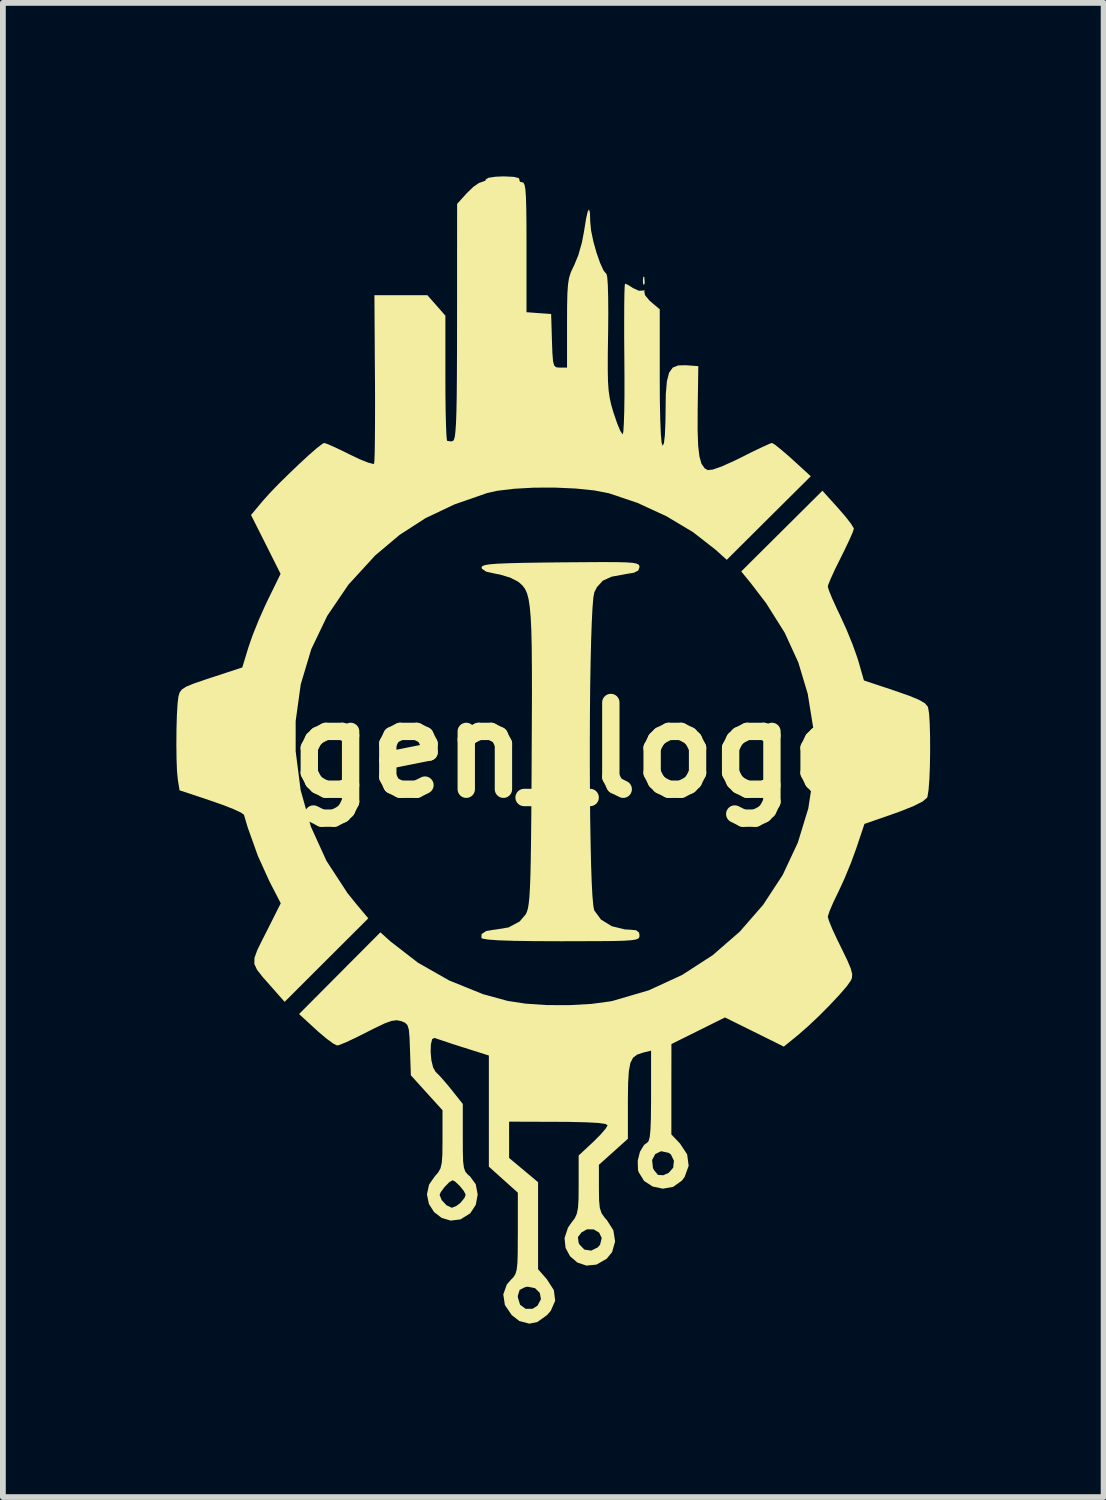
<source format=kicad_pcb>
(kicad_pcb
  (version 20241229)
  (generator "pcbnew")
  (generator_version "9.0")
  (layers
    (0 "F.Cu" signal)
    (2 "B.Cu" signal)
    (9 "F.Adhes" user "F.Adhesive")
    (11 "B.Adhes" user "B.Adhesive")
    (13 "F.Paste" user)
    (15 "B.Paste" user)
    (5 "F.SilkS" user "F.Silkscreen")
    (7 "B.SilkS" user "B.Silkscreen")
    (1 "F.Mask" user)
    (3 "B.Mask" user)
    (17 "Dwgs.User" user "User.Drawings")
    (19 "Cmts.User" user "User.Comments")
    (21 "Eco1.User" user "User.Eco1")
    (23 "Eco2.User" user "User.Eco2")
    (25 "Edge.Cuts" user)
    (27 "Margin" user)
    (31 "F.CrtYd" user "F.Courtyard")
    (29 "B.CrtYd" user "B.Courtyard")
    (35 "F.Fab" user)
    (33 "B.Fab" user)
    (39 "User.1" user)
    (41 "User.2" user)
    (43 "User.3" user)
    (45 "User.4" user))
  (footprint "igen_logo"
    (layer "F.Cu")
    (at 6.656 9.92)
    (property "Reference" "igen_logo" (at 0 0 0) (layer "F.SilkS") (effects (font (size 1.5 1.5) (thickness 0.3))))
    (attr board_only exclude_from_pos_files exclude_from_bom)
    (fp_poly (pts (xy 1.436 -8.179) (xy 1.443 -8.076) (xy 1.436 -8.053) (xy 1.418 -8.047) (xy 1.411 -8.116) (xy 1.419 -8.187)) (stroke (width 0) (type solid)) (fill yes) (layer "F.SilkS"))
    (fp_poly (pts (xy 0.947 -3.249) (xy 1.117 -3.245) (xy 1.232 -3.237) (xy 1.302 -3.224) (xy 1.338 -3.206) (xy 1.351 -3.183) (xy 1.353 -3.164) (xy 1.332 -3.104) (xy 1.257 -3.066) (xy 1.104 -3.041) (xy 1.104 -3.04) (xy 0.873 -2.998) (xy 0.719 -2.929) (xy 0.617 -2.817) (xy 0.572 -2.728) (xy 0.555 -2.636) (xy 0.54 -2.456) (xy 0.527 -2.199) (xy 0.516 -1.878) (xy 0.507 -1.504) (xy 0.5 -1.089) (xy 0.496 -0.645) (xy 0.494 -0.184) (xy 0.494 0.282) (xy 0.496 0.742) (xy 0.5 1.183) (xy 0.507 1.594) (xy 0.515 1.962) (xy 0.526 2.277) (xy 0.539 2.526) (xy 0.555 2.697) (xy 0.57 2.773) (xy 0.687 2.932) (xy 0.873 3.047) (xy 1.102 3.103) (xy 1.172 3.106) (xy 1.295 3.117) (xy 1.346 3.158) (xy 1.353 3.206) (xy 1.35 3.236) (xy 1.333 3.259) (xy 1.291 3.277) (xy 1.213 3.289) (xy 1.088 3.298) (xy 0.905 3.303) (xy 0.652 3.305) (xy 0.319 3.306) (xy 0.003 3.307) (xy -0.455 3.305) (xy -0.816 3.3) (xy -1.085 3.291) (xy -1.266 3.278) (xy -1.363 3.261) (xy -1.381 3.251) (xy -1.378 3.183) (xy -1.298 3.131) (xy -1.161 3.107) (xy -1.147 3.107) (xy -0.911 3.068) (xy -0.719 2.965) (xy -0.612 2.838) (xy -0.593 2.795) (xy -0.576 2.737) (xy -0.563 2.657) (xy -0.551 2.544) (xy -0.542 2.392) (xy -0.534 2.191) (xy -0.528 1.933) (xy -0.523 1.609) (xy -0.519 1.211) (xy -0.515 0.731) (xy -0.512 0.159) (xy -0.512 0.122) (xy -0.509 -0.484) (xy -0.507 -0.999) (xy -0.508 -1.429) (xy -0.511 -1.784) (xy -0.518 -2.072) (xy -0.529 -2.3) (xy -0.545 -2.478) (xy -0.566 -2.613) (xy -0.593 -2.713) (xy -0.627 -2.787) (xy -0.669 -2.843) (xy -0.718 -2.888) (xy -0.755 -2.916) (xy -0.883 -2.981) (xy -1.056 -3.033) (xy -1.13 -3.047) (xy -1.298 -3.084) (xy -1.372 -3.135) (xy -1.378 -3.157) (xy -1.366 -3.179) (xy -1.323 -3.197) (xy -1.24 -3.211) (xy -1.104 -3.222) (xy -0.907 -3.23) (xy -0.637 -3.237) (xy -0.284 -3.242) (xy -0.013 -3.245) (xy 0.393 -3.248) (xy 0.709 -3.25)) (stroke (width 0) (type solid)) (fill yes) (layer "F.SilkS"))
    (fp_poly (pts (xy -0.826 -9.912) (xy -0.736 -9.891) (xy -0.726 -9.869) (xy -0.715 -9.827) (xy -0.679 -9.819) (xy -0.654 -9.809) (xy -0.634 -9.771) (xy -0.62 -9.692) (xy -0.611 -9.562) (xy -0.605 -9.368) (xy -0.602 -9.099) (xy -0.601 -8.742) (xy -0.601 -8.695) (xy -0.601 -7.571) (xy -0.388 -7.555) (xy -0.175 -7.54) (xy -0.161 -7.076) (xy -0.153 -6.859) (xy -0.142 -6.724) (xy -0.123 -6.65) (xy -0.089 -6.619) (xy -0.035 -6.613) (xy -0.023 -6.613) (xy 0.1 -6.613) (xy 0.1 -7.382) (xy 0.101 -7.68) (xy 0.106 -7.897) (xy 0.117 -8.054) (xy 0.136 -8.169) (xy 0.166 -8.263) (xy 0.209 -8.355) (xy 0.222 -8.381) (xy 0.294 -8.554) (xy 0.357 -8.775) (xy 0.394 -8.97) (xy 0.429 -9.187) (xy 0.458 -9.314) (xy 0.481 -9.348) (xy 0.496 -9.288) (xy 0.501 -9.132) (xy 0.516 -8.982) (xy 0.555 -8.795) (xy 0.609 -8.601) (xy 0.671 -8.424) (xy 0.731 -8.292) (xy 0.782 -8.231) (xy 0.783 -8.231) (xy 0.795 -8.179) (xy 0.805 -8.042) (xy 0.811 -7.835) (xy 0.813 -7.573) (xy 0.811 -7.272) (xy 0.81 -7.202) (xy 0.805 -6.851) (xy 0.804 -6.582) (xy 0.808 -6.377) (xy 0.819 -6.218) (xy 0.838 -6.087) (xy 0.865 -5.965) (xy 0.903 -5.835) (xy 0.907 -5.824) (xy 0.966 -5.651) (xy 1.019 -5.522) (xy 1.058 -5.462) (xy 1.063 -5.461) (xy 1.074 -5.509) (xy 1.082 -5.644) (xy 1.089 -5.852) (xy 1.093 -6.122) (xy 1.093 -6.439) (xy 1.091 -6.763) (xy 1.088 -7.113) (xy 1.088 -7.427) (xy 1.089 -7.692) (xy 1.092 -7.896) (xy 1.097 -8.025) (xy 1.104 -8.066) (xy 1.16 -8.04) (xy 1.241 -7.988) (xy 1.343 -7.942) (xy 1.411 -7.945) (xy 1.445 -7.951) (xy 1.435 -7.928) (xy 1.449 -7.865) (xy 1.523 -7.775) (xy 1.553 -7.748) (xy 1.703 -7.621) (xy 1.703 -6.441) (xy 1.705 -6.033) (xy 1.712 -5.706) (xy 1.722 -5.466) (xy 1.735 -5.315) (xy 1.752 -5.261) (xy 1.753 -5.26) (xy 1.776 -5.308) (xy 1.792 -5.445) (xy 1.801 -5.658) (xy 1.804 -5.85) (xy 1.808 -6.158) (xy 1.827 -6.379) (xy 1.865 -6.526) (xy 1.928 -6.613) (xy 2.023 -6.651) (xy 2.155 -6.654) (xy 2.167 -6.653) (xy 2.37 -6.638) (xy 2.359 -5.885) (xy 2.358 -5.533) (xy 2.367 -5.267) (xy 2.389 -5.077) (xy 2.425 -4.95) (xy 2.478 -4.873) (xy 2.532 -4.841) (xy 2.618 -4.849) (xy 2.776 -4.904) (xy 2.996 -5.003) (xy 3.11 -5.059) (xy 3.313 -5.161) (xy 3.483 -5.242) (xy 3.601 -5.295) (xy 3.644 -5.31) (xy 3.697 -5.279) (xy 3.803 -5.194) (xy 3.944 -5.073) (xy 4 -5.022) (xy 4.315 -4.734) (xy 3.588 -4.012) (xy 2.862 -3.289) (xy 2.669 -3.463) (xy 2.278 -3.768) (xy 1.818 -4.043) (xy 1.319 -4.273) (xy 0.827 -4.439) (xy 0.57 -4.489) (xy 0.249 -4.522) (xy -0.107 -4.538) (xy -0.471 -4.537) (xy -0.813 -4.518) (xy -1.107 -4.483) (xy -1.278 -4.445) (xy -1.85 -4.246) (xy -2.349 -4.009) (xy -2.796 -3.72) (xy -3.214 -3.368) (xy -3.225 -3.357) (xy -3.681 -2.859) (xy -4.047 -2.32) (xy -4.323 -1.744) (xy -4.505 -1.136) (xy -4.593 -0.502) (xy -4.593 0.023) (xy -4.507 0.695) (xy -4.33 1.325) (xy -4.061 1.916) (xy -3.699 2.472) (xy -3.54 2.669) (xy -3.337 2.911) (xy -4.061 3.633) (xy -4.784 4.355) (xy -5.01 4.099) (xy -5.163 3.926) (xy -5.261 3.801) (xy -5.308 3.699) (xy -5.305 3.593) (xy -5.256 3.458) (xy -5.163 3.269) (xy -5.106 3.158) (xy -4.851 2.651) (xy -5.05 2.265) (xy -5.246 1.832) (xy -5.422 1.34) (xy -5.487 1.12) (xy -5.539 1.082) (xy -5.666 1.023) (xy -5.85 0.951) (xy -6.052 0.88) (xy -6.601 0.697) (xy -6.631 0.511) (xy -6.645 0.367) (xy -6.653 0.155) (xy -6.656 -0.096) (xy -6.654 -0.359) (xy -6.647 -0.605) (xy -6.635 -0.805) (xy -6.62 -0.927) (xy -6.6 -0.994) (xy -6.561 -1.047) (xy -6.485 -1.096) (xy -6.356 -1.149) (xy -6.155 -1.218) (xy -6.052 -1.252) (xy -5.516 -1.428) (xy -5.409 -1.779) (xy -5.337 -1.986) (xy -5.236 -2.238) (xy -5.123 -2.493) (xy -5.078 -2.588) (xy -4.854 -3.046) (xy -5.109 -3.555) (xy -5.365 -4.064) (xy -5.158 -4.312) (xy -5.041 -4.442) (xy -4.889 -4.6) (xy -4.715 -4.771) (xy -4.538 -4.941) (xy -4.371 -5.095) (xy -4.231 -5.217) (xy -4.133 -5.293) (xy -4.099 -5.31) (xy -4.037 -5.289) (xy -3.91 -5.233) (xy -3.739 -5.151) (xy -3.659 -5.111) (xy -3.48 -5.026) (xy -3.337 -4.969) (xy -3.251 -4.947) (xy -3.237 -4.951) (xy -3.231 -5.009) (xy -3.226 -5.155) (xy -3.223 -5.375) (xy -3.221 -5.656) (xy -3.22 -5.985) (xy -3.221 -6.35) (xy -3.222 -6.428) (xy -3.231 -7.865) (xy -2.773 -7.865) (xy -2.315 -7.865) (xy -2.159 -7.688) (xy -2.004 -7.511) (xy -2.004 -6.444) (xy -2.003 -6.127) (xy -1.999 -5.845) (xy -1.993 -5.612) (xy -1.986 -5.444) (xy -1.977 -5.356) (xy -1.974 -5.347) (xy -1.907 -5.336) (xy -1.874 -5.344) (xy -1.856 -5.365) (xy -1.841 -5.418) (xy -1.83 -5.511) (xy -1.82 -5.653) (xy -1.813 -5.852) (xy -1.808 -6.118) (xy -1.805 -6.458) (xy -1.803 -6.881) (xy -1.802 -7.395) (xy -1.802 -7.407) (xy -1.801 -9.444) (xy -1.632 -9.631) (xy -1.519 -9.74) (xy -1.42 -9.808) (xy -1.383 -9.819) (xy -1.313 -9.845) (xy -1.303 -9.869) (xy -1.257 -9.896) (xy -1.137 -9.914) (xy -0.999 -9.92)) (stroke (width 0) (type solid)) (fill yes) (layer "F.SilkS"))
    (fp_poly (pts (xy 4.788 -4.183) (xy 4.915 -4.036) (xy 5.01 -3.914) (xy 5.057 -3.837) (xy 5.06 -3.827) (xy 5.038 -3.76) (xy 4.98 -3.628) (xy 4.895 -3.45) (xy 4.835 -3.329) (xy 4.738 -3.134) (xy 4.663 -2.97) (xy 4.617 -2.858) (xy 4.609 -2.825) (xy 4.63 -2.755) (xy 4.686 -2.619) (xy 4.768 -2.438) (xy 4.826 -2.317) (xy 4.935 -2.078) (xy 5.038 -1.825) (xy 5.118 -1.602) (xy 5.138 -1.538) (xy 5.234 -1.203) (xy 5.771 -1.024) (xy 6.019 -0.937) (xy 6.186 -0.868) (xy 6.287 -0.809) (xy 6.336 -0.753) (xy 6.343 -0.736) (xy 6.361 -0.63) (xy 6.372 -0.452) (xy 6.378 -0.227) (xy 6.379 0.022) (xy 6.375 0.273) (xy 6.366 0.503) (xy 6.352 0.687) (xy 6.334 0.803) (xy 6.326 0.825) (xy 6.249 0.89) (xy 6.085 0.973) (xy 5.845 1.068) (xy 5.758 1.099) (xy 5.243 1.278) (xy 5.102 1.699) (xy 5.011 1.949) (xy 4.901 2.216) (xy 4.796 2.446) (xy 4.785 2.467) (xy 4.701 2.642) (xy 4.639 2.788) (xy 4.61 2.878) (xy 4.609 2.886) (xy 4.631 2.959) (xy 4.688 3.098) (xy 4.773 3.281) (xy 4.839 3.415) (xy 4.943 3.629) (xy 5.005 3.774) (xy 5.031 3.872) (xy 5.027 3.942) (xy 5.009 3.985) (xy 4.935 4.089) (xy 4.805 4.239) (xy 4.637 4.418) (xy 4.451 4.605) (xy 4.264 4.781) (xy 4.096 4.928) (xy 4.091 4.932) (xy 3.849 5.129) (xy 3.34 4.877) (xy 2.831 4.625) (xy 2.368 4.855) (xy 1.905 5.085) (xy 1.904 5.867) (xy 1.904 6.648) (xy 2.054 6.806) (xy 2.177 6.993) (xy 2.203 7.19) (xy 2.134 7.382) (xy 2.086 7.447) (xy 1.936 7.554) (xy 1.758 7.586) (xy 1.581 7.549) (xy 1.431 7.451) (xy 1.337 7.297) (xy 1.327 7.263) (xy 1.322 7.105) (xy 1.325 7.091) (xy 1.571 7.091) (xy 1.585 7.226) (xy 1.602 7.262) (xy 1.672 7.348) (xy 1.763 7.354) (xy 1.857 7.313) (xy 1.936 7.223) (xy 1.948 7.102) (xy 1.896 6.994) (xy 1.857 6.966) (xy 1.727 6.938) (xy 1.625 6.987) (xy 1.571 7.091) (xy 1.325 7.091) (xy 1.361 6.947) (xy 1.432 6.829) (xy 1.482 6.794) (xy 1.51 6.764) (xy 1.53 6.691) (xy 1.543 6.562) (xy 1.55 6.363) (xy 1.553 6.081) (xy 1.553 5.983) (xy 1.553 5.199) (xy 1.415 5.233) (xy 1.315 5.266) (xy 1.243 5.319) (xy 1.196 5.409) (xy 1.169 5.551) (xy 1.156 5.76) (xy 1.152 6.053) (xy 1.152 6.076) (xy 1.152 6.723) (xy 0.902 6.948) (xy 0.651 7.173) (xy 0.651 7.579) (xy 0.654 7.786) (xy 0.667 7.921) (xy 0.698 8.013) (xy 0.753 8.09) (xy 0.788 8.128) (xy 0.901 8.306) (xy 0.931 8.5) (xy 0.879 8.683) (xy 0.785 8.798) (xy 0.609 8.899) (xy 0.435 8.916) (xy 0.278 8.863) (xy 0.153 8.756) (xy 0.074 8.61) (xy 0.057 8.44) (xy 0.062 8.423) (xy 0.288 8.423) (xy 0.299 8.517) (xy 0.313 8.549) (xy 0.399 8.639) (xy 0.518 8.657) (xy 0.632 8.601) (xy 0.671 8.554) (xy 0.7 8.44) (xy 0.655 8.346) (xy 0.561 8.29) (xy 0.445 8.289) (xy 0.35 8.342) (xy 0.288 8.423) (xy 0.062 8.423) (xy 0.116 8.26) (xy 0.175 8.175) (xy 0.233 8.099) (xy 0.269 8.02) (xy 0.29 7.913) (xy 0.299 7.754) (xy 0.301 7.519) (xy 0.301 7.012) (xy 0.551 6.779) (xy 0.677 6.653) (xy 0.767 6.549) (xy 0.802 6.489) (xy 0.802 6.489) (xy 0.762 6.466) (xy 0.639 6.449) (xy 0.429 6.438) (xy 0.126 6.431) (xy -0.05 6.43) (xy -0.902 6.427) (xy -0.902 6.741) (xy -0.902 7.055) (xy -0.651 7.264) (xy -0.401 7.474) (xy -0.401 8.227) (xy -0.401 8.979) (xy -0.25 9.151) (xy -0.128 9.341) (xy -0.105 9.523) (xy -0.181 9.697) (xy -0.247 9.773) (xy -0.414 9.892) (xy -0.551 9.92) (xy -0.724 9.875) (xy -0.856 9.773) (xy -0.975 9.598) (xy -0.995 9.465) (xy -0.751 9.465) (xy -0.712 9.593) (xy -0.616 9.664) (xy -0.496 9.663) (xy -0.411 9.609) (xy -0.351 9.496) (xy -0.372 9.387) (xy -0.454 9.306) (xy -0.581 9.281) (xy -0.626 9.289) (xy -0.72 9.337) (xy -0.751 9.439) (xy -0.751 9.465) (xy -0.995 9.465) (xy -1.003 9.415) (xy -0.941 9.242) (xy -0.877 9.168) (xy -0.827 9.117) (xy -0.793 9.063) (xy -0.771 8.986) (xy -0.758 8.868) (xy -0.753 8.692) (xy -0.752 8.439) (xy -0.751 8.353) (xy -0.751 7.655) (xy -1.002 7.43) (xy -1.252 7.205) (xy -1.252 6.244) (xy -1.252 5.283) (xy -1.691 5.144) (xy -1.892 5.08) (xy -2.059 5.024) (xy -2.168 4.987) (xy -2.192 4.978) (xy -2.233 5) (xy -2.255 5.092) (xy -2.259 5.223) (xy -2.246 5.366) (xy -2.216 5.49) (xy -2.172 5.567) (xy -2.171 5.567) (xy -2.095 5.643) (xy -1.986 5.768) (xy -1.895 5.879) (xy -1.703 6.121) (xy -1.703 6.698) (xy -1.702 6.947) (xy -1.697 7.116) (xy -1.683 7.225) (xy -1.657 7.294) (xy -1.615 7.343) (xy -1.578 7.373) (xy -1.479 7.509) (xy -1.445 7.685) (xy -1.478 7.865) (xy -1.574 8.012) (xy -1.742 8.117) (xy -1.912 8.138) (xy -2.069 8.091) (xy -2.2 7.99) (xy -2.289 7.85) (xy -2.321 7.694) (xy -2.104 7.694) (xy -2.067 7.785) (xy -1.984 7.873) (xy -1.896 7.915) (xy -1.892 7.916) (xy -1.815 7.885) (xy -1.745 7.833) (xy -1.674 7.746) (xy -1.653 7.69) (xy -1.685 7.626) (xy -1.757 7.537) (xy -1.835 7.463) (xy -1.879 7.44) (xy -1.938 7.475) (xy -2.017 7.556) (xy -2.084 7.645) (xy -2.104 7.694) (xy -2.321 7.694) (xy -2.323 7.687) (xy -2.286 7.515) (xy -2.189 7.375) (xy -2.128 7.305) (xy -2.088 7.233) (xy -2.066 7.137) (xy -2.056 6.993) (xy -2.054 6.776) (xy -2.054 6.732) (xy -2.054 6.229) (xy -2.328 5.927) (xy -2.601 5.625) (xy -2.616 5.181) (xy -2.624 4.968) (xy -2.636 4.835) (xy -2.66 4.758) (xy -2.7 4.717) (xy -2.765 4.689) (xy -2.766 4.689) (xy -2.843 4.673) (xy -2.932 4.684) (xy -3.055 4.728) (xy -3.232 4.813) (xy -3.355 4.875) (xy -3.552 4.974) (xy -3.72 5.053) (xy -3.836 5.1) (xy -3.874 5.11) (xy -3.941 5.078) (xy -4.057 4.993) (xy -4.201 4.872) (xy -4.238 4.838) (xy -4.534 4.566) (xy -3.831 3.859) (xy -3.128 3.153) (xy -2.954 3.31) (xy -2.477 3.679) (xy -1.935 3.987) (xy -1.351 4.223) (xy -0.927 4.339) (xy -0.619 4.386) (xy -0.25 4.411) (xy 0.142 4.412) (xy 0.52 4.391) (xy 0.847 4.347) (xy 0.894 4.337) (xy 1.515 4.155) (xy 2.092 3.889) (xy 2.617 3.549) (xy 3.086 3.142) (xy 3.492 2.676) (xy 3.829 2.161) (xy 4.091 1.602) (xy 4.272 1.01) (xy 4.367 0.392) (xy 4.369 -0.244) (xy 4.357 -0.385) (xy 4.262 -0.972) (xy 4.1 -1.513) (xy 3.864 -2.028) (xy 3.545 -2.536) (xy 3.272 -2.893) (xy 3.112 -3.088) (xy 3.814 -3.786) (xy 4.516 -4.484)) (stroke (width 0) (type solid)) (fill yes) (layer "F.SilkS")))
  (gr_rect
    (start -3 -3)
    (end 16.035 22.839)
    (stroke (width 0.1) (type default))
    (fill no)
    (layer "Edge.Cuts")))
</source>
